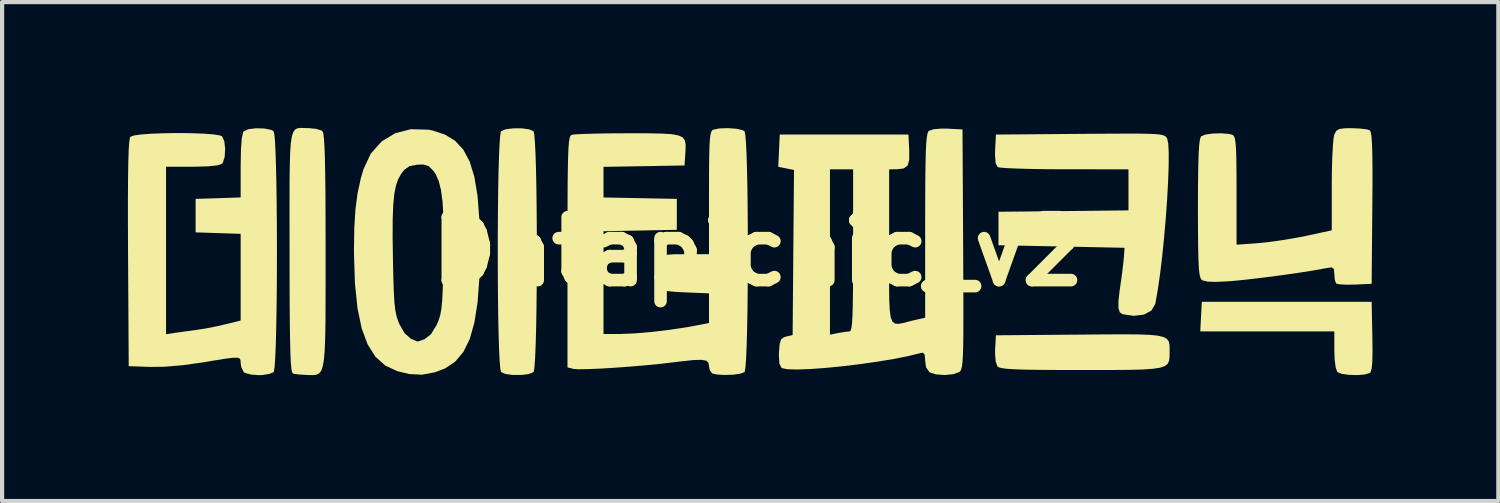
<source format=kicad_pcb>
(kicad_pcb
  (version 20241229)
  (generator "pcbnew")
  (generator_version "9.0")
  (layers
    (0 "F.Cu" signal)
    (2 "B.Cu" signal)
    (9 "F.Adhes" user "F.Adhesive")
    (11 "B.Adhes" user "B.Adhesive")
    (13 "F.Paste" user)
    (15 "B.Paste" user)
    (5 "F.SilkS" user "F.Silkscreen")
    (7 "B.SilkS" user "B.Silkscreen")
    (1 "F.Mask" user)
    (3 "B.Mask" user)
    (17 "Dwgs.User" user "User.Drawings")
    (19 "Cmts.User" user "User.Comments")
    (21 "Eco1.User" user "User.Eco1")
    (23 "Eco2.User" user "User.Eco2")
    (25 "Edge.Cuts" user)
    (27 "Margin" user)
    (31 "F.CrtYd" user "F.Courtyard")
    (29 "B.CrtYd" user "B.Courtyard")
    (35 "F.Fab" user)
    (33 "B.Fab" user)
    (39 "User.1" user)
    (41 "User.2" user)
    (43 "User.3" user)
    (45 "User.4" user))
  (footprint "Datapicnic_v2"
    (layer "F.Cu")
    (at 15.02 2.95)
    (property "Reference" "Datapicnic_v2" (at 0 0 0) (layer "F.SilkS") (effects (font (size 1.5 1.5) (thickness 0.3))))
    (attr board_only exclude_from_pos_files exclude_from_bom)
    (fp_poly (pts (xy 14.65 2.02) (xy 14.654 2.38) (xy 14.649 2.633) (xy 14.632 2.794) (xy 14.604 2.877) (xy 14.588 2.893) (xy 14.466 2.929) (xy 14.28 2.943) (xy 14.077 2.936) (xy 13.905 2.91) (xy 13.817 2.871) (xy 13.777 2.769) (xy 13.751 2.573) (xy 13.743 2.35) (xy 13.743 1.902) (xy 12.145 1.902) (xy 10.547 1.902) (xy 10.565 1.549) (xy 10.583 1.196) (xy 12.608 1.196) (xy 14.633 1.196)) (stroke (width 0) (type solid)) (fill yes) (layer "F.SilkS"))
    (fp_poly (pts (xy 9.058 1.973) (xy 9.331 1.983) (xy 9.53 2.002) (xy 9.665 2.033) (xy 9.75 2.078) (xy 9.795 2.14) (xy 9.814 2.22) (xy 9.817 2.322) (xy 9.816 2.4) (xy 9.815 2.513) (xy 9.804 2.603) (xy 9.77 2.674) (xy 9.702 2.728) (xy 9.588 2.767) (xy 9.415 2.793) (xy 9.172 2.81) (xy 8.846 2.818) (xy 8.425 2.822) (xy 7.898 2.822) (xy 7.703 2.822) (xy 7.151 2.821) (xy 6.709 2.818) (xy 6.366 2.813) (xy 6.109 2.804) (xy 5.927 2.792) (xy 5.807 2.776) (xy 5.737 2.755) (xy 5.71 2.735) (xy 5.67 2.621) (xy 5.654 2.43) (xy 5.656 2.321) (xy 5.675 1.994) (xy 7.669 1.978) (xy 8.239 1.973) (xy 8.698 1.971)) (stroke (width 0) (type solid)) (fill yes) (layer "F.SilkS"))
    (fp_poly (pts (xy -5.627 -2.94) (xy -5.449 -2.915) (xy -5.35 -2.871) (xy -5.332 -2.793) (xy -5.316 -2.607) (xy -5.302 -2.328) (xy -5.291 -1.972) (xy -5.282 -1.554) (xy -5.276 -1.088) (xy -5.272 -0.59) (xy -5.27 -0.075) (xy -5.271 0.443) (xy -5.275 0.947) (xy -5.28 1.424) (xy -5.288 1.858) (xy -5.299 2.233) (xy -5.312 2.536) (xy -5.327 2.75) (xy -5.344 2.861) (xy -5.35 2.871) (xy -5.46 2.918) (xy -5.642 2.94) (xy -5.846 2.94) (xy -6.024 2.915) (xy -6.123 2.871) (xy -6.141 2.793) (xy -6.157 2.607) (xy -6.171 2.328) (xy -6.182 1.972) (xy -6.191 1.554) (xy -6.197 1.088) (xy -6.201 0.59) (xy -6.202 0.075) (xy -6.202 -0.443) (xy -6.198 -0.947) (xy -6.193 -1.424) (xy -6.185 -1.858) (xy -6.174 -2.233) (xy -6.161 -2.536) (xy -6.146 -2.75) (xy -6.129 -2.861) (xy -6.123 -2.871) (xy -6.013 -2.918) (xy -5.831 -2.94)) (stroke (width 0) (type solid)) (fill yes) (layer "F.SilkS"))
    (fp_poly (pts (xy -10.82 -2.948) (xy -10.716 -2.945) (xy -10.713 -2.945) (xy -10.534 -2.928) (xy -10.403 -2.887) (xy -10.381 -2.871) (xy -10.362 -2.82) (xy -10.347 -2.701) (xy -10.334 -2.507) (xy -10.324 -2.23) (xy -10.317 -1.862) (xy -10.311 -1.396) (xy -10.308 -0.824) (xy -10.307 -0.139) (xy -10.307 -0.023) (xy -10.307 0.658) (xy -10.308 1.226) (xy -10.31 1.692) (xy -10.317 2.065) (xy -10.329 2.356) (xy -10.347 2.575) (xy -10.374 2.732) (xy -10.411 2.838) (xy -10.46 2.901) (xy -10.521 2.933) (xy -10.597 2.943) (xy -10.689 2.942) (xy -10.756 2.94) (xy -10.936 2.93) (xy -11.068 2.911) (xy -11.089 2.904) (xy -11.108 2.871) (xy -11.124 2.782) (xy -11.137 2.629) (xy -11.147 2.404) (xy -11.154 2.097) (xy -11.16 1.7) (xy -11.164 1.205) (xy -11.166 0.603) (xy -11.166 0.001) (xy -11.167 -0.678) (xy -11.167 -1.244) (xy -11.166 -1.709) (xy -11.161 -2.08) (xy -11.152 -2.37) (xy -11.136 -2.588) (xy -11.112 -2.744) (xy -11.079 -2.847) (xy -11.035 -2.91) (xy -10.978 -2.941) (xy -10.907 -2.95)) (stroke (width 0) (type solid)) (fill yes) (layer "F.SilkS"))
    (fp_poly (pts (xy 9.268 -2.811) (xy 9.454 -2.804) (xy 9.582 -2.793) (xy 9.663 -2.776) (xy 9.712 -2.753) (xy 9.741 -2.724) (xy 9.759 -2.693) (xy 9.784 -2.574) (xy 9.795 -2.351) (xy 9.793 -2.044) (xy 9.78 -1.672) (xy 9.757 -1.252) (xy 9.725 -0.803) (xy 9.685 -0.344) (xy 9.64 0.106) (xy 9.589 0.529) (xy 9.535 0.906) (xy 9.479 1.219) (xy 9.474 1.246) (xy 9.383 1.404) (xy 9.204 1.501) (xy 8.959 1.53) (xy 8.697 1.492) (xy 8.63 1.449) (xy 8.597 1.353) (xy 8.596 1.183) (xy 8.625 0.922) (xy 8.648 0.767) (xy 8.683 0.517) (xy 8.712 0.274) (xy 8.724 0.153) (xy 8.742 -0.092) (xy 7.239 -0.123) (xy 5.736 -0.153) (xy 5.736 -0.552) (xy 5.736 -0.951) (xy 7.286 -0.967) (xy 8.835 -0.984) (xy 8.835 -1.474) (xy 8.835 -1.963) (xy 7.316 -1.964) (xy 6.894 -1.966) (xy 6.51 -1.972) (xy 6.183 -1.981) (xy 5.929 -1.992) (xy 5.768 -2.005) (xy 5.718 -2.016) (xy 5.668 -2.108) (xy 5.653 -2.304) (xy 5.656 -2.429) (xy 5.675 -2.792) (xy 7.682 -2.808) (xy 8.23 -2.812) (xy 8.669 -2.814) (xy 9.011 -2.815)) (stroke (width 0) (type solid)) (fill yes) (layer "F.SilkS"))
    (fp_poly (pts (xy 14.363 -2.935) (xy 14.524 -2.914) (xy 14.588 -2.894) (xy 14.611 -2.852) (xy 14.628 -2.753) (xy 14.641 -2.586) (xy 14.649 -2.34) (xy 14.653 -2.003) (xy 14.653 -1.565) (xy 14.649 -1.039) (xy 14.633 0.767) (xy 14.231 0.785) (xy 14.019 0.788) (xy 13.858 0.778) (xy 13.786 0.759) (xy 13.755 0.672) (xy 13.743 0.534) (xy 13.733 0.413) (xy 13.68 0.375) (xy 13.545 0.393) (xy 13.544 0.394) (xy 13.266 0.445) (xy 12.903 0.502) (xy 12.493 0.561) (xy 12.071 0.616) (xy 11.675 0.663) (xy 11.343 0.697) (xy 11.24 0.705) (xy 10.926 0.721) (xy 10.718 0.714) (xy 10.6 0.685) (xy 10.58 0.672) (xy 10.553 0.631) (xy 10.531 0.549) (xy 10.515 0.414) (xy 10.504 0.211) (xy 10.497 -0.072) (xy 10.493 -0.448) (xy 10.491 -0.931) (xy 10.491 -1.038) (xy 10.493 -1.578) (xy 10.499 -2.004) (xy 10.508 -2.326) (xy 10.522 -2.551) (xy 10.542 -2.69) (xy 10.565 -2.749) (xy 10.668 -2.791) (xy 10.846 -2.816) (xy 11.05 -2.822) (xy 11.235 -2.806) (xy 11.315 -2.785) (xy 11.347 -2.759) (xy 11.372 -2.699) (xy 11.389 -2.59) (xy 11.401 -2.416) (xy 11.408 -2.163) (xy 11.411 -1.814) (xy 11.412 -1.457) (xy 11.412 -0.166) (xy 11.918 -0.202) (xy 12.212 -0.233) (xy 12.565 -0.284) (xy 12.919 -0.346) (xy 13.053 -0.373) (xy 13.682 -0.508) (xy 13.682 -1.569) (xy 13.685 -1.929) (xy 13.694 -2.255) (xy 13.709 -2.525) (xy 13.726 -2.713) (xy 13.741 -2.788) (xy 13.787 -2.877) (xy 13.859 -2.924) (xy 13.992 -2.942) (xy 14.156 -2.944)) (stroke (width 0) (type solid)) (fill yes) (layer "F.SilkS"))
    (fp_poly (pts (xy -7.858 -2.908) (xy -7.76 -2.889) (xy -7.465 -2.793) (xy -7.221 -2.645) (xy -7.025 -2.434) (xy -6.873 -2.152) (xy -6.761 -1.788) (xy -6.685 -1.333) (xy -6.642 -0.777) (xy -6.627 -0.111) (xy -6.627 -0.082) (xy -6.64 0.617) (xy -6.683 1.204) (xy -6.759 1.69) (xy -6.87 2.082) (xy -7.021 2.389) (xy -7.214 2.619) (xy -7.453 2.782) (xy -7.7 2.876) (xy -8.014 2.934) (xy -8.32 2.917) (xy -8.6 2.848) (xy -8.883 2.717) (xy -9.117 2.508) (xy -9.303 2.215) (xy -9.446 1.832) (xy -9.546 1.351) (xy -9.607 0.767) (xy -9.63 0.072) (xy -9.631 -0.031) (xy -9.626 -0.368) (xy -8.709 -0.368) (xy -8.702 0.158) (xy -8.701 0.225) (xy -8.691 0.652) (xy -8.68 0.976) (xy -8.666 1.218) (xy -8.645 1.398) (xy -8.617 1.536) (xy -8.579 1.652) (xy -8.544 1.734) (xy -8.424 1.944) (xy -8.277 2.074) (xy -8.118 2.143) (xy -8.059 2.127) (xy -7.946 2.086) (xy -7.794 1.968) (xy -7.655 1.739) (xy -7.652 1.733) (xy -7.607 1.623) (xy -7.572 1.506) (xy -7.547 1.363) (xy -7.528 1.175) (xy -7.515 0.921) (xy -7.504 0.582) (xy -7.496 0.177) (xy -7.491 -0.383) (xy -7.498 -0.835) (xy -7.519 -1.193) (xy -7.556 -1.472) (xy -7.611 -1.687) (xy -7.685 -1.851) (xy -7.741 -1.932) (xy -7.848 -2.038) (xy -7.977 -2.077) (xy -8.119 -2.074) (xy -8.306 -2.04) (xy -8.434 -1.949) (xy -8.507 -1.853) (xy -8.577 -1.727) (xy -8.63 -1.573) (xy -8.669 -1.375) (xy -8.694 -1.119) (xy -8.707 -0.788) (xy -8.709 -0.368) (xy -9.626 -0.368) (xy -9.623 -0.564) (xy -9.596 -1.006) (xy -9.546 -1.387) (xy -9.47 -1.737) (xy -9.405 -1.963) (xy -9.23 -2.337) (xy -8.972 -2.627) (xy -8.648 -2.824) (xy -8.272 -2.92)) (stroke (width 0) (type solid)) (fill yes) (layer "F.SilkS"))
    (fp_poly (pts (xy -11.767 -2.936) (xy -11.606 -2.904) (xy -11.547 -2.871) (xy -11.528 -2.793) (xy -11.512 -2.607) (xy -11.499 -2.328) (xy -11.488 -1.972) (xy -11.479 -1.554) (xy -11.473 -1.088) (xy -11.469 -0.59) (xy -11.467 -0.075) (xy -11.468 0.443) (xy -11.471 0.947) (xy -11.477 1.424) (xy -11.485 1.858) (xy -11.495 2.233) (xy -11.508 2.536) (xy -11.523 2.75) (xy -11.541 2.861) (xy -11.547 2.871) (xy -11.649 2.916) (xy -11.822 2.942) (xy -11.902 2.945) (xy -12.088 2.93) (xy -12.227 2.892) (xy -12.258 2.871) (xy -12.318 2.754) (xy -12.332 2.657) (xy -12.334 2.592) (xy -12.353 2.549) (xy -12.408 2.528) (xy -12.514 2.529) (xy -12.692 2.551) (xy -12.959 2.594) (xy -13.238 2.641) (xy -13.709 2.707) (xy -14.152 2.744) (xy -14.488 2.748) (xy -15.001 2.73) (xy -15.017 0.038) (xy -15.02 -0.674) (xy -15.02 -1.27) (xy -15.017 -1.755) (xy -15.011 -2.135) (xy -15.002 -2.418) (xy -14.989 -2.61) (xy -14.973 -2.715) (xy -14.963 -2.738) (xy -14.877 -2.77) (xy -14.694 -2.795) (xy -14.438 -2.813) (xy -14.137 -2.824) (xy -13.814 -2.828) (xy -13.495 -2.824) (xy -13.206 -2.813) (xy -12.972 -2.795) (xy -12.818 -2.769) (xy -12.774 -2.749) (xy -12.722 -2.632) (xy -12.702 -2.452) (xy -12.713 -2.263) (xy -12.756 -2.122) (xy -12.774 -2.098) (xy -12.879 -2.059) (xy -13.099 -2.035) (xy -13.426 -2.025) (xy -13.479 -2.025) (xy -14.111 -2.025) (xy -14.111 -0.028) (xy -14.111 1.969) (xy -13.912 1.938) (xy -13.727 1.912) (xy -13.496 1.881) (xy -13.406 1.869) (xy -13.17 1.832) (xy -12.892 1.777) (xy -12.715 1.736) (xy -12.332 1.642) (xy -12.332 0.608) (xy -12.332 -0.425) (xy -12.869 -0.442) (xy -13.406 -0.46) (xy -13.406 -0.859) (xy -13.406 -1.258) (xy -12.869 -1.275) (xy -12.332 -1.293) (xy -12.332 -2.045) (xy -12.325 -2.434) (xy -12.306 -2.701) (xy -12.273 -2.848) (xy -12.258 -2.871) (xy -12.145 -2.92) (xy -11.964 -2.942)) (stroke (width 0) (type solid)) (fill yes) (layer "F.SilkS"))
    (fp_poly (pts (xy 4.52 -2.933) (xy 4.878 -2.914) (xy 4.894 -0.061) (xy 4.897 0.607) (xy 4.899 1.164) (xy 4.899 1.619) (xy 4.898 1.983) (xy 4.894 2.266) (xy 4.887 2.48) (xy 4.877 2.635) (xy 4.864 2.74) (xy 4.847 2.808) (xy 4.826 2.848) (xy 4.805 2.868) (xy 4.661 2.921) (xy 4.456 2.941) (xy 4.246 2.926) (xy 4.095 2.879) (xy 4.009 2.759) (xy 3.988 2.6) (xy 3.977 2.457) (xy 3.934 2.409) (xy 3.881 2.416) (xy 3.591 2.488) (xy 3.238 2.559) (xy 2.843 2.624) (xy 2.425 2.683) (xy 2.005 2.734) (xy 1.603 2.773) (xy 1.238 2.799) (xy 0.932 2.81) (xy 0.703 2.803) (xy 0.573 2.777) (xy 0.564 2.772) (xy 0.512 2.668) (xy 0.5 2.452) (xy 0.503 2.389) (xy 0.52 2.195) (xy 0.554 2.09) (xy 0.621 2.04) (xy 0.675 2.024) (xy 0.828 1.988) (xy 0.844 0.02) (xy 0.861 -1.948) (xy 0.782 -1.963) (xy 1.718 -1.963) (xy 1.718 0.008) (xy 1.718 1.979) (xy 1.91 1.94) (xy 2.072 1.913) (xy 2.186 1.902) (xy 2.21 1.884) (xy 2.229 1.822) (xy 2.244 1.705) (xy 2.255 1.521) (xy 2.262 1.258) (xy 2.267 0.906) (xy 2.269 0.452) (xy 2.27 -0.031) (xy 2.27 -1.963) (xy 1.994 -1.963) (xy 1.718 -1.963) (xy 0.782 -1.963) (xy 0.673 -1.985) (xy 0.485 -2.023) (xy 0.503 -2.407) (xy 0.521 -2.792) (xy 2.055 -2.792) (xy 3.589 -2.792) (xy 3.608 -2.429) (xy 3.608 -2.192) (xy 3.569 -2.051) (xy 3.474 -1.983) (xy 3.308 -1.964) (xy 3.298 -1.964) (xy 3.129 -1.963) (xy 3.129 -0.123) (xy 3.128 0.413) (xy 3.128 0.837) (xy 3.132 1.163) (xy 3.144 1.402) (xy 3.167 1.565) (xy 3.206 1.665) (xy 3.264 1.713) (xy 3.345 1.722) (xy 3.452 1.703) (xy 3.588 1.668) (xy 3.676 1.646) (xy 3.988 1.574) (xy 3.988 -0.617) (xy 3.989 -1.209) (xy 3.991 -1.69) (xy 3.996 -2.071) (xy 4.003 -2.363) (xy 4.013 -2.578) (xy 4.027 -2.726) (xy 4.044 -2.82) (xy 4.066 -2.87) (xy 4.075 -2.879) (xy 4.189 -2.919) (xy 4.388 -2.935)) (stroke (width 0) (type solid)) (fill yes) (layer "F.SilkS"))
    (fp_poly (pts (xy -0.521 -2.931) (xy -0.368 -2.898) (xy -0.319 -2.871) (xy -0.301 -2.793) (xy -0.285 -2.607) (xy -0.271 -2.328) (xy -0.26 -1.972) (xy -0.251 -1.554) (xy -0.245 -1.088) (xy -0.241 -0.59) (xy -0.24 -0.075) (xy -0.24 0.443) (xy -0.244 0.947) (xy -0.249 1.424) (xy -0.257 1.858) (xy -0.268 2.233) (xy -0.281 2.536) (xy -0.296 2.75) (xy -0.314 2.861) (xy -0.319 2.871) (xy -0.417 2.909) (xy -0.591 2.933) (xy -0.794 2.94) (xy -0.981 2.929) (xy -1.089 2.904) (xy -1.148 2.826) (xy -1.166 2.725) (xy -1.179 2.648) (xy -1.23 2.6) (xy -1.338 2.579) (xy -1.521 2.583) (xy -1.797 2.612) (xy -1.994 2.636) (xy -2.308 2.673) (xy -2.665 2.708) (xy -3.04 2.74) (xy -3.411 2.767) (xy -3.754 2.788) (xy -4.047 2.8) (xy -4.266 2.804) (xy -4.387 2.797) (xy -4.392 2.796) (xy -4.54 2.759) (xy -4.54 0.005) (xy -4.54 -0.653) (xy -4.538 -1.199) (xy -4.536 -1.643) (xy -4.531 -1.996) (xy -4.525 -2.268) (xy -4.516 -2.47) (xy -4.505 -2.612) (xy -4.49 -2.704) (xy -4.472 -2.757) (xy -4.449 -2.782) (xy -4.443 -2.785) (xy -4.354 -2.796) (xy -4.163 -2.806) (xy -3.889 -2.814) (xy -3.553 -2.82) (xy -3.175 -2.822) (xy -3.101 -2.822) (xy -2.652 -2.822) (xy -2.311 -2.816) (xy -2.064 -2.802) (xy -1.896 -2.772) (xy -1.793 -2.724) (xy -1.74 -2.651) (xy -1.722 -2.548) (xy -1.726 -2.411) (xy -1.73 -2.352) (xy -1.749 -2.055) (xy -2.715 -2.038) (xy -3.681 -2.022) (xy -3.681 -1.657) (xy -3.681 -1.292) (xy -2.807 -1.275) (xy -1.933 -1.258) (xy -1.933 -0.89) (xy -1.933 -0.521) (xy -2.807 -0.504) (xy -3.681 -0.487) (xy -3.681 0.738) (xy -3.681 1.963) (xy -3.296 1.963) (xy -2.956 1.95) (xy -2.541 1.915) (xy -2.096 1.862) (xy -1.666 1.796) (xy -1.518 1.769) (xy -1.166 1.702) (xy -1.166 1.348) (xy -1.166 0.994) (xy -1.713 0.972) (xy -1.961 0.959) (xy -2.16 0.94) (xy -2.281 0.919) (xy -2.301 0.91) (xy -2.347 0.802) (xy -2.372 0.623) (xy -2.373 0.424) (xy -2.347 0.255) (xy -2.338 0.23) (xy -2.303 0.15) (xy -2.254 0.101) (xy -2.165 0.074) (xy -2.01 0.063) (xy -1.763 0.061) (xy -1.719 0.061) (xy -1.166 0.061) (xy -1.166 -1.405) (xy -1.165 -1.872) (xy -1.162 -2.231) (xy -1.155 -2.495) (xy -1.145 -2.681) (xy -1.129 -2.801) (xy -1.107 -2.87) (xy -1.079 -2.903) (xy -1.069 -2.908) (xy -0.918 -2.938) (xy -0.72 -2.945)) (stroke (width 0) (type solid)) (fill yes) (layer "F.SilkS")))
  (gr_rect
    (start -3 -3)
    (end 32.674 8.895)
    (stroke (width 0.1) (type default))
    (fill no)
    (layer "Edge.Cuts")))
</source>
